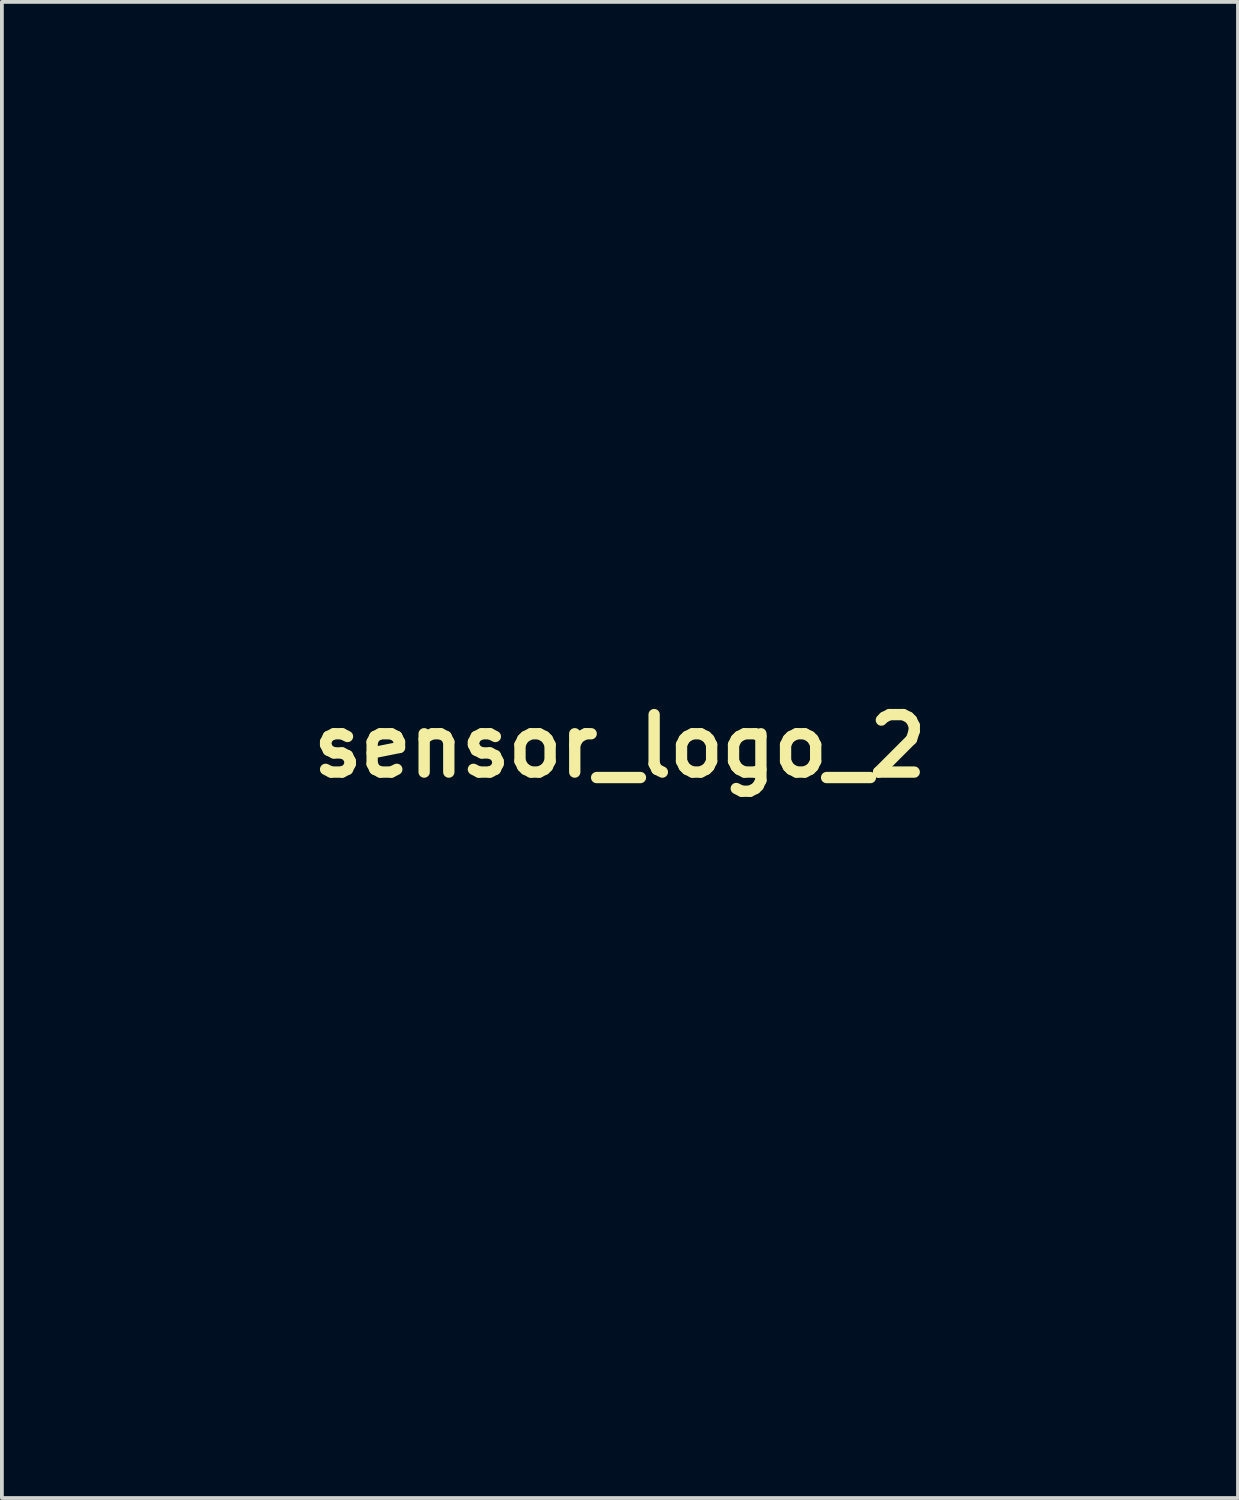
<source format=kicad_pcb>
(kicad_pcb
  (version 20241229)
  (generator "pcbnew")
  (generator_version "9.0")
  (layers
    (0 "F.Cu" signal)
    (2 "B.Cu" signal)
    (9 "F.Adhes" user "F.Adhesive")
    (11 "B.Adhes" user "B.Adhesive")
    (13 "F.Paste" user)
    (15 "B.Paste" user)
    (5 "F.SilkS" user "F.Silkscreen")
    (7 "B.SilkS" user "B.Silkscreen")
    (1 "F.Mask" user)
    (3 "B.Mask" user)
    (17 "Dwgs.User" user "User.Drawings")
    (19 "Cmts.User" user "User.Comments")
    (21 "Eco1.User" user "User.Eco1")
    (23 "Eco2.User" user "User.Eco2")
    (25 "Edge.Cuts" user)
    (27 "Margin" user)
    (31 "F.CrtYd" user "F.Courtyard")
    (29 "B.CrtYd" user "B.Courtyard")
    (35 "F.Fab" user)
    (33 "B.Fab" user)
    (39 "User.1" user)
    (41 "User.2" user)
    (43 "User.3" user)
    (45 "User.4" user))
  (footprint "sensor_logo_2"
    (layer "F.Cu")
    (at 13.382 16.726)
    (property "Reference" "sensor_logo_2" (at 0 0 0) (layer "F.SilkS") (effects (font (size 1.524 1.524) (thickness 0.3))))
    (attr through_hole)
    (fp_poly (pts (xy 3.65 10.035) (xy 3.89 10.162) (xy 4.041 10.385) (xy 4.095 10.653) (xy 4.046 10.918) (xy 3.886 11.128) (xy 3.82 11.171) (xy 3.503 11.262) (xy 3.201 11.213) (xy 2.969 11.038) (xy 2.829 10.815) (xy 2.809 10.614) (xy 2.904 10.362) (xy 2.92 10.331) (xy 3.111 10.098) (xy 3.376 10.009) (xy 3.65 10.035)) (stroke (width 0.01) (type solid)) (fill no) (layer "Eco2.User"))
    (fp_poly (pts (xy 0.301 -4.884) (xy 0.508 -4.789) (xy 0.618 -4.693) (xy 0.829 -4.382) (xy 0.895 -4.048) (xy 0.83 -3.724) (xy 0.651 -3.442) (xy 0.371 -3.235) (xy 0.006 -3.137) (xy -0.089 -3.133) (xy -0.341 -3.19) (xy -0.598 -3.377) (xy -0.643 -3.421) (xy -0.864 -3.738) (xy -0.936 -4.07) (xy -0.872 -4.384) (xy -0.687 -4.65) (xy -0.393 -4.835) (xy -0.006 -4.909) (xy 0.01 -4.909) (xy 0.301 -4.884)) (stroke (width 0.01) (type solid)) (fill no) (layer "Eco2.User"))
    (fp_poly (pts (xy 6.074 2.587) (xy 6.242 2.659) (xy 6.783 2.834) (xy 7.316 2.84) (xy 7.77 2.709) (xy 8.109 2.59) (xy 8.33 2.581) (xy 8.444 2.682) (xy 8.467 2.826) (xy 8.388 3.017) (xy 8.176 3.181) (xy 7.865 3.312) (xy 7.489 3.401) (xy 7.084 3.438) (xy 6.685 3.417) (xy 6.35 3.337) (xy 5.97 3.168) (xy 5.746 2.991) (xy 5.682 2.814) (xy 5.782 2.64) (xy 5.804 2.621) (xy 5.921 2.562) (xy 6.074 2.587)) (stroke (width 0.01) (type solid)) (fill no) (layer "Eco2.User"))
    (fp_poly (pts (xy 8.338 3.502) (xy 8.461 3.66) (xy 8.438 3.827) (xy 8.29 3.989) (xy 8.039 4.132) (xy 7.706 4.243) (xy 7.313 4.307) (xy 7.07 4.318) (xy 6.653 4.298) (xy 6.33 4.227) (xy 6.093 4.128) (xy 5.852 3.985) (xy 5.738 3.852) (xy 5.715 3.725) (xy 5.777 3.548) (xy 5.948 3.483) (xy 6.206 3.534) (xy 6.352 3.599) (xy 6.711 3.71) (xy 7.142 3.733) (xy 7.572 3.67) (xy 7.855 3.566) (xy 8.083 3.464) (xy 8.229 3.449) (xy 8.338 3.502)) (stroke (width 0.01) (type solid)) (fill no) (layer "Eco2.User"))
    (fp_poly (pts (xy 5.251 9.244) (xy 5.399 9.433) (xy 5.53 9.644) (xy 5.692 9.972) (xy 5.769 10.268) (xy 5.789 10.622) (xy 5.738 11.094) (xy 5.598 11.542) (xy 5.391 11.911) (xy 5.263 12.053) (xy 5.167 12.121) (xy 5.075 12.114) (xy 4.944 12.013) (xy 4.782 11.851) (xy 4.452 11.513) (xy 4.61 11.246) (xy 4.728 10.921) (xy 4.757 10.546) (xy 4.696 10.194) (xy 4.618 10.026) (xy 4.542 9.893) (xy 4.539 9.783) (xy 4.621 9.64) (xy 4.747 9.475) (xy 4.924 9.285) (xy 5.081 9.174) (xy 5.144 9.161) (xy 5.251 9.244)) (stroke (width 0.01) (type solid)) (fill no) (layer "Eco2.User"))
    (fp_poly (pts (xy 0.64 -6.692) (xy 1.367 -6.471) (xy 1.581 -6.371) (xy 1.848 -6.228) (xy 1.997 -6.117) (xy 2.06 -6) (xy 2.074 -5.839) (xy 2.074 -5.833) (xy 2.055 -5.633) (xy 1.971 -5.544) (xy 1.857 -5.52) (xy 1.665 -5.544) (xy 1.394 -5.633) (xy 1.179 -5.729) (xy 0.914 -5.851) (xy 0.67 -5.923) (xy 0.383 -5.957) (xy 0 -5.966) (xy -0.391 -5.959) (xy -0.678 -5.927) (xy -0.925 -5.856) (xy -1.194 -5.736) (xy -1.571 -5.573) (xy -1.838 -5.514) (xy -2.017 -5.557) (xy -2.117 -5.673) (xy -2.162 -5.876) (xy -2.063 -6.069) (xy -1.811 -6.264) (xy -1.574 -6.392) (xy -0.855 -6.653) (xy -0.108 -6.753) (xy 0.64 -6.692)) (stroke (width 0.01) (type solid)) (fill no) (layer "Eco2.User"))
    (fp_poly (pts (xy 6.519 8.17) (xy 6.678 8.328) (xy 6.867 8.603) (xy 7.061 8.951) (xy 7.237 9.328) (xy 7.372 9.691) (xy 7.41 9.828) (xy 7.513 10.544) (xy 7.46 11.243) (xy 7.276 11.889) (xy 7.14 12.193) (xy 6.963 12.509) (xy 6.773 12.793) (xy 6.598 13.003) (xy 6.474 13.097) (xy 6.371 13.056) (xy 6.199 12.923) (xy 6.056 12.787) (xy 5.725 12.449) (xy 5.907 12.256) (xy 6.104 11.975) (xy 6.287 11.593) (xy 6.426 11.176) (xy 6.475 10.947) (xy 6.484 10.446) (xy 6.371 9.908) (xy 6.152 9.392) (xy 6.043 9.213) (xy 5.748 8.775) (xy 6.082 8.441) (xy 6.304 8.247) (xy 6.467 8.164) (xy 6.519 8.17)) (stroke (width 0.01) (type solid)) (fill no) (layer "Eco2.User"))
    (fp_poly (pts (xy 0.263 -8.6) (xy 0.339 -8.593) (xy 0.981 -8.496) (xy 1.631 -8.331) (xy 2.246 -8.114) (xy 2.783 -7.861) (xy 3.199 -7.587) (xy 3.239 -7.554) (xy 3.369 -7.354) (xy 3.369 -7.137) (xy 3.244 -6.965) (xy 3.188 -6.933) (xy 3.047 -6.895) (xy 2.889 -6.928) (xy 2.664 -7.044) (xy 2.575 -7.098) (xy 1.748 -7.513) (xy 0.894 -7.762) (xy 0.023 -7.845) (xy -0.855 -7.762) (xy -1.73 -7.514) (xy -2.43 -7.19) (xy -2.715 -7.037) (xy -2.936 -6.921) (xy -3.058 -6.862) (xy -3.07 -6.858) (xy -3.154 -6.902) (xy -3.252 -6.969) (xy -3.385 -7.138) (xy -3.37 -7.329) (xy -3.227 -7.534) (xy -2.975 -7.742) (xy -2.632 -7.946) (xy -2.217 -8.138) (xy -1.75 -8.307) (xy -1.249 -8.447) (xy -0.734 -8.548) (xy -0.224 -8.602) (xy 0.263 -8.6)) (stroke (width 0.01) (type solid)) (fill no) (layer "Eco2.User"))
    (fp_poly (pts (xy 0.757 -10.351) (xy 1.372 -10.29) (xy 1.778 -10.215) (xy 2.127 -10.11) (xy 2.551 -9.951) (xy 3.012 -9.757) (xy 3.474 -9.545) (xy 3.9 -9.332) (xy 4.252 -9.134) (xy 4.494 -8.97) (xy 4.543 -8.927) (xy 4.677 -8.76) (xy 4.689 -8.624) (xy 4.66 -8.558) (xy 4.531 -8.396) (xy 4.357 -8.342) (xy 4.113 -8.398) (xy 3.775 -8.564) (xy 3.659 -8.631) (xy 2.695 -9.111) (xy 1.687 -9.439) (xy 0.652 -9.616) (xy -0.389 -9.642) (xy -1.419 -9.518) (xy -2.417 -9.244) (xy -3.367 -8.82) (xy -3.937 -8.472) (xy -4.156 -8.34) (xy -4.315 -8.31) (xy -4.479 -8.372) (xy -4.508 -8.389) (xy -4.637 -8.546) (xy -4.637 -8.757) (xy -4.515 -8.976) (xy -4.424 -9.062) (xy -4.144 -9.245) (xy -3.748 -9.458) (xy -3.282 -9.679) (xy -2.789 -9.889) (xy -2.317 -10.068) (xy -1.911 -10.194) (xy -1.82 -10.216) (xy -1.268 -10.306) (xy -0.618 -10.359) (xy 0.075 -10.374) (xy 0.757 -10.351)) (stroke (width 0.01) (type solid)) (fill no) (layer "Eco2.User"))
    (fp_poly (pts (xy -8.146 -3.076) (xy -7.944 -2.993) (xy -7.767 -2.879) (xy -7.631 -2.749) (xy -7.529 -2.583) (xy -7.457 -2.357) (xy -7.409 -2.051) (xy -7.382 -1.64) (xy -7.369 -1.104) (xy -7.366 -0.445) (xy -7.366 1.353) (xy -7.078 1.731) (xy -6.819 2.192) (xy -6.719 2.674) (xy -6.777 3.152) (xy -6.992 3.601) (xy -7.116 3.759) (xy -7.515 4.098) (xy -7.968 4.285) (xy -8.451 4.317) (xy -8.934 4.191) (xy -9.174 4.063) (xy -9.541 3.74) (xy -9.783 3.337) (xy -9.898 2.888) (xy -9.893 2.764) (xy -9.059 2.764) (xy -8.954 3.073) (xy -8.923 3.12) (xy -8.666 3.365) (xy -8.359 3.45) (xy -8.016 3.372) (xy -7.964 3.347) (xy -7.735 3.145) (xy -7.618 2.866) (xy -7.611 2.559) (xy -7.714 2.273) (xy -7.925 2.057) (xy -7.995 2.019) (xy -8.21 1.921) (xy -8.232 -0.14) (xy -8.243 -0.82) (xy -8.259 -1.38) (xy -8.28 -1.806) (xy -8.305 -2.089) (xy -8.333 -2.216) (xy -8.34 -2.223) (xy -8.369 -2.147) (xy -8.395 -1.909) (xy -8.417 -1.516) (xy -8.434 -0.975) (xy -8.446 -0.292) (xy -8.447 -0.183) (xy -8.47 1.877) (xy -8.765 2.155) (xy -8.996 2.456) (xy -9.059 2.764) (xy -9.893 2.764) (xy -9.881 2.427) (xy -9.73 1.989) (xy -9.44 1.608) (xy -9.436 1.604) (xy -9.229 1.41) (xy -9.229 -0.492) (xy -9.228 -1.112) (xy -9.224 -1.586) (xy -9.215 -1.939) (xy -9.199 -2.195) (xy -9.174 -2.377) (xy -9.138 -2.509) (xy -9.089 -2.615) (xy -9.053 -2.677) (xy -8.801 -2.949) (xy -8.486 -3.086) (xy -8.146 -3.076)) (stroke (width 0.01) (type solid)) (fill no) (layer "Eco2.User"))
    (fp_poly (pts (xy 7.776 -3) (xy 8.306 -2.759) (xy 8.785 -2.378) (xy 9.102 -1.994) (xy 9.261 -1.757) (xy 9.36 -1.572) (xy 9.414 -1.387) (xy 9.436 -1.148) (xy 9.44 -0.802) (xy 9.44 -0.723) (xy 9.437 -0.367) (xy 9.418 -0.102) (xy 9.369 0.125) (xy 9.277 0.371) (xy 9.127 0.689) (xy 9.041 0.862) (xy 8.865 1.222) (xy 8.71 1.548) (xy 8.597 1.797) (xy 8.554 1.897) (xy 8.446 2.069) (xy 8.287 2.102) (xy 8.285 2.101) (xy 8.11 2.052) (xy 8.017 1.954) (xy 8.007 1.786) (xy 8.081 1.527) (xy 8.241 1.156) (xy 8.364 0.902) (xy 8.548 0.512) (xy 8.709 0.142) (xy 8.827 -0.162) (xy 8.879 -0.33) (xy 8.909 -0.832) (xy 8.792 -1.33) (xy 8.546 -1.781) (xy 8.187 -2.141) (xy 8.134 -2.178) (xy 7.625 -2.429) (xy 7.097 -2.514) (xy 6.57 -2.434) (xy 6.06 -2.188) (xy 6.041 -2.175) (xy 5.661 -1.847) (xy 5.421 -1.458) (xy 5.307 -0.981) (xy 5.292 -0.677) (xy 5.299 -0.424) (xy 5.329 -0.205) (xy 5.397 0.023) (xy 5.515 0.302) (xy 5.697 0.678) (xy 5.747 0.777) (xy 5.956 1.207) (xy 6.087 1.519) (xy 6.148 1.736) (xy 6.15 1.886) (xy 6.147 1.899) (xy 6.041 2.069) (xy 5.878 2.118) (xy 5.717 2.031) (xy 5.701 2.011) (xy 5.636 1.897) (xy 5.517 1.663) (xy 5.358 1.342) (xy 5.178 0.967) (xy 5.163 0.936) (xy 4.958 0.491) (xy 4.82 0.151) (xy 4.735 -0.128) (xy 4.688 -0.39) (xy 4.67 -0.603) (xy 4.664 -0.964) (xy 4.704 -1.243) (xy 4.805 -1.525) (xy 4.85 -1.623) (xy 5.193 -2.179) (xy 5.624 -2.606) (xy 6.121 -2.904) (xy 6.661 -3.07) (xy 7.22 -3.103) (xy 7.776 -3)) (stroke (width 0.01) (type solid)) (fill no) (layer "Eco2.User"))
    (fp_poly (pts (xy 6.689 -10.033) (xy 13.377 -3.345) (xy 13.377 15.833) (xy -0.085 15.833) (xy -0.085 16.383) (xy -0.097 16.71) (xy -0.135 16.886) (xy -0.191 16.927) (xy -0.298 16.905) (xy -0.547 16.846) (xy -0.914 16.757) (xy -1.375 16.642) (xy -1.908 16.507) (xy -2.413 16.379) (xy -4.53 15.836) (xy -8.954 15.835) (xy -13.377 15.833) (xy -13.377 -2.959) (xy -12.446 -2.959) (xy -12.446 14.901) (xy -4.657 14.901) (xy -4.657 10.329) (xy -2.54 10.329) (xy -2.54 10.922) (xy -1.185 10.922) (xy -1.185 10.329) (xy -2.54 10.329) (xy -4.657 10.329) (xy -4.657 5.44) (xy -2.414 4.879) (xy -1.824 4.732) (xy -1.288 4.599) (xy -0.83 4.486) (xy -0.469 4.398) (xy -0.228 4.34) (xy -0.129 4.318) (xy -0.128 4.318) (xy -0.106 4.395) (xy -0.09 4.597) (xy -0.085 4.868) (xy -0.085 5.419) (xy 3.979 5.419) (xy 3.979 9.356) (xy 2.963 9.356) (xy 2.963 6.435) (xy -0.085 6.435) (xy -0.085 14.817) (xy 2.963 14.817) (xy 2.963 11.896) (xy 3.979 11.896) (xy 3.979 14.901) (xy 12.446 14.901) (xy 12.446 -2.921) (xy 6.244 -9.123) (xy 5.393 -9.974) (xy 4.574 -10.79) (xy 3.797 -11.565) (xy 3.07 -12.289) (xy 2.399 -12.954) (xy 1.794 -13.554) (xy 1.263 -14.08) (xy 0.812 -14.524) (xy 0.451 -14.878) (xy 0.186 -15.134) (xy 0.027 -15.285) (xy -0.019 -15.325) (xy -0.087 -15.266) (xy -0.265 -15.095) (xy -0.548 -14.821) (xy -0.926 -14.45) (xy -1.392 -13.991) (xy -1.937 -13.451) (xy -2.554 -12.839) (xy -3.235 -12.163) (xy -3.972 -11.43) (xy -4.756 -10.648) (xy -5.581 -9.825) (xy -6.264 -9.142) (xy -12.446 -2.959) (xy -13.377 -2.959) (xy -13.377 -3.345) (xy -6.689 -10.033) (xy 0 -16.721) (xy 6.689 -10.033)) (stroke (width 0.01) (type solid)) (fill no) (layer "Eco2.User")))
  (gr_rect
    (start -3 -3)
    (end 29.765 36.658)
    (stroke (width 0.1) (type default))
    (fill no)
    (layer "Edge.Cuts")))
</source>
